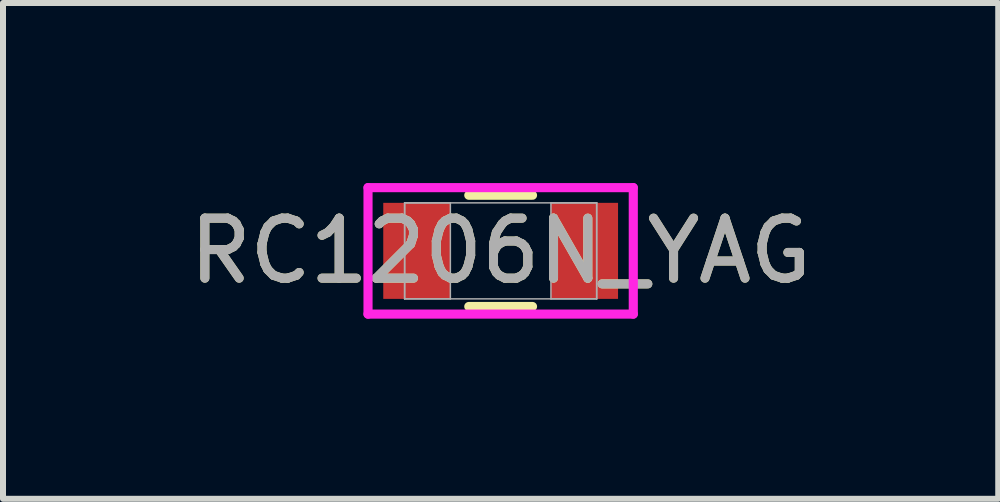
<source format=kicad_pcb>
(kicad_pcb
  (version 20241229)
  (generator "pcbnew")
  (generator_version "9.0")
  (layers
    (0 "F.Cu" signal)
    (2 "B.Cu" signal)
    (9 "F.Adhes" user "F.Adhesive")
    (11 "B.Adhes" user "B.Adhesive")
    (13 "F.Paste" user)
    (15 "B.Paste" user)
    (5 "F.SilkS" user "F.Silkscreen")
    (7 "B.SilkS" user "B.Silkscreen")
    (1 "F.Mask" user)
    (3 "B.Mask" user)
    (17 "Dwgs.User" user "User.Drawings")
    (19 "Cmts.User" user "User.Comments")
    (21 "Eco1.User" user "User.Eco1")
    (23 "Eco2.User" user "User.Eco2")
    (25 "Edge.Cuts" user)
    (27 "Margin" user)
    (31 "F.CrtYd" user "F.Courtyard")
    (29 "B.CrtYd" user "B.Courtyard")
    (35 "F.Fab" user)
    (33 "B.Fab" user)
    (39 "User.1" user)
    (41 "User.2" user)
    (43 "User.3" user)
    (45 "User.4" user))
  (footprint "RC1206N_YAG"
    (layer "F.Cu")
    (at 5.292 1.13)
    (property "Reference" "RC1206N_YAG" (at 0 0 0) (unlocked yes) (layer "F.SilkS") (effects (font (size 1 1) (thickness 0.15))))
    (attr smd)
    (fp_line (start -0.531 0.927) (end 0.531 0.927) (stroke (width 0.152) (type solid)) (layer "F.SilkS"))
    (fp_line (start 0.531 -0.927) (end -0.531 -0.927) (stroke (width 0.152) (type solid)) (layer "F.SilkS"))
    (fp_line (start -2.21 -1.054) (end 2.21 -1.054) (stroke (width 0.152) (type solid)) (layer "F.CrtYd"))
    (fp_line (start -2.21 1.054) (end -2.21 -1.054) (stroke (width 0.152) (type solid)) (layer "F.CrtYd"))
    (fp_line (start 2.21 -1.054) (end 2.21 1.054) (stroke (width 0.152) (type solid)) (layer "F.CrtYd"))
    (fp_line (start 2.21 1.054) (end -2.21 1.054) (stroke (width 0.152) (type solid)) (layer "F.CrtYd"))
    (fp_line (start -1.6 -0.8) (end -1.6 0.8) (stroke (width 0.025) (type solid)) (layer "F.Fab"))
    (fp_line (start -1.6 -0.8) (end -1.6 0.8) (stroke (width 0.025) (type solid)) (layer "F.Fab"))
    (fp_line (start -1.6 0.8) (end -0.838 0.8) (stroke (width 0.025) (type solid)) (layer "F.Fab"))
    (fp_line (start -1.6 0.8) (end 1.6 0.8) (stroke (width 0.025) (type solid)) (layer "F.Fab"))
    (fp_line (start -0.838 -0.8) (end -1.6 -0.8) (stroke (width 0.025) (type solid)) (layer "F.Fab"))
    (fp_line (start -0.838 0.8) (end -0.838 -0.8) (stroke (width 0.025) (type solid)) (layer "F.Fab"))
    (fp_line (start 0.838 -0.8) (end 0.838 0.8) (stroke (width 0.025) (type solid)) (layer "F.Fab"))
    (fp_line (start 0.838 0.8) (end 1.6 0.8) (stroke (width 0.025) (type solid)) (layer "F.Fab"))
    (fp_line (start 1.6 -0.8) (end -1.6 -0.8) (stroke (width 0.025) (type solid)) (layer "F.Fab"))
    (fp_line (start 1.6 -0.8) (end 0.838 -0.8) (stroke (width 0.025) (type solid)) (layer "F.Fab"))
    (fp_line (start 1.6 0.8) (end 1.6 -0.8) (stroke (width 0.025) (type solid)) (layer "F.Fab"))
    (fp_line (start 1.6 0.8) (end 1.6 -0.8) (stroke (width 0.025) (type solid)) (layer "F.Fab"))
    (fp_text user "${REFERENCE}" (at 0 0 0) (unlocked yes) (layer "F.Fab") (effects (font (size 1 1) (thickness 0.15))))
    (pad "1" smd rect (at -1.397 0) (size 1.118 1.6) (layers "F.Cu" "F.Mask" "F.Paste"))
    (pad "2" smd rect (at 1.397 0) (size 1.118 1.6) (layers "F.Cu" "F.Mask" "F.Paste"))
    (zone (net_name "") (layer "F.Cu") (hatch full 0.508) (connect_pads) (min_thickness 0.254) (filled_areas_thickness no) (keepout (tracks not_allowed) (vias not_allowed) (pads allowed) (copperpour not_allowed) (footprints allowed)) (placement (enabled no)) (fill) (polygon (pts (xy 4.504 0.381) (xy 6.079 0.381) (xy 6.079 1.88) (xy 4.504 1.88)))))
  (gr_rect
    (start -3 -3)
    (end 13.583 5.261)
    (stroke (width 0.1) (type default))
    (fill no)
    (layer "Edge.Cuts")))
</source>
